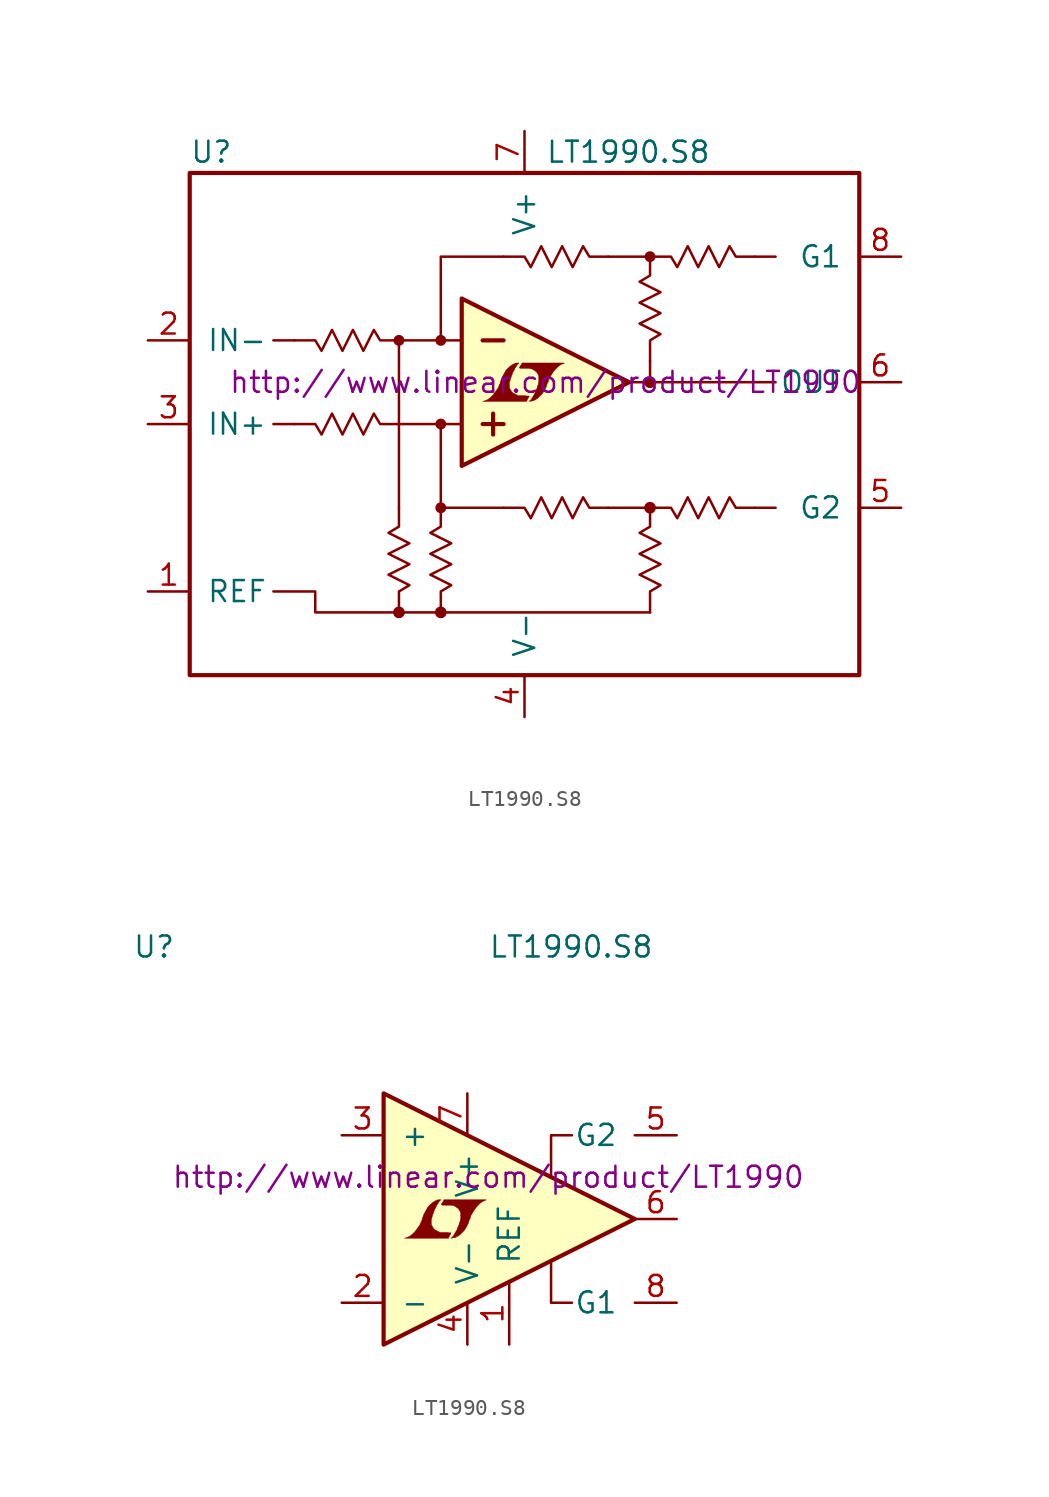
<source format=kicad_sym>
(kicad_symbol_lib
  (version 20201005)
  (generator kicad_symbol_editor)
  (symbol "LT1990.S8"
    (pin_names
      (offset 1.016))
    (property "Reference" "U"
      (at -20.32 16.51 0)
      (effects (font (size 1.27 1.27)) (justify left)))
    (property "Value" "LT1990.S8"
      (at 1.27 16.51 0)
      (effects (font (size 1.27 1.27)) (justify left)))
    (property "Datasheet" "http://www.linear.com/product/LT1990"
      (at 1.27 2.54 0)
      (effects (font (size 1.27 1.27))))
    (symbol "LT1990.S8_0_1"
      (circle (center -7.62 -11.43) (radius 0.279) (stroke (width 0)) (fill (type outline)))
      (circle (center -7.62 5.08) (radius 0.254) (stroke (width 0)) (fill (type outline)))
      (circle (center -5.08 -11.43) (radius 0.279) (stroke (width 0)) (fill (type outline)))
      (circle (center -5.08 -5.08) (radius 0.254) (stroke (width 0)) (fill (type outline)))
      (circle (center -5.08 0) (radius 0.254) (stroke (width 0)) (fill (type outline)))
      (circle (center -5.08 5.08) (radius 0.254) (stroke (width 0)) (fill (type outline)))
      (circle (center 7.62 -5.08) (radius 0.279) (stroke (width 0)) (fill (type outline)))
      (circle (center 7.62 2.54) (radius 0.279) (stroke (width 0)) (fill (type outline)))
      (circle (center 7.62 10.16) (radius 0.254) (stroke (width 0)) (fill (type outline)))
      (rectangle (start -20.32 15.24) (end 20.32 -15.24) (stroke (width 0.254)) (fill (type none)))
      (polyline (pts (xy -13.97 0) (xy -15.24 0)) (stroke (width 0)) (fill (type none)))
      (polyline (pts (xy -13.97 5.08) (xy -15.24 5.08)) (stroke (width 0)) (fill (type none)))
      (polyline (pts (xy -7.62 -5.08) (xy -7.62 5.08)) (stroke (width 0)) (fill (type none)))
      (polyline (pts (xy -7.62 0) (xy -3.81 0)) (stroke (width 0)) (fill (type none)))
      (polyline (pts (xy -7.62 5.08) (xy -3.81 5.08)) (stroke (width 0)) (fill (type none)))
      (polyline (pts (xy -5.08 -5.08) (xy -5.08 0)) (stroke (width 0)) (fill (type none)))
      (polyline (pts (xy -2.54 0) (xy -1.27 0)) (stroke (width 0.254)) (fill (type none)))
      (polyline (pts (xy -2.54 5.08) (xy -1.27 5.08)) (stroke (width 0.254)) (fill (type none)))
      (polyline (pts (xy -1.905 0.635) (xy -1.905 -0.635)) (stroke (width 0.254)) (fill (type none)))
      (polyline (pts (xy -1.27 -5.08) (xy -5.08 -5.08)) (stroke (width 0)) (fill (type none)))
      (polyline (pts (xy 5.08 -5.08) (xy 7.62 -5.08)) (stroke (width 0)) (fill (type none)))
      (polyline (pts (xy 5.08 10.16) (xy 7.62 10.16)) (stroke (width 0)) (fill (type none)))
      (polyline (pts (xy 6.35 2.54) (xy 15.24 2.54)) (stroke (width 0)) (fill (type none)))
      (polyline (pts (xy 7.62 3.81) (xy 7.62 2.54)) (stroke (width 0)) (fill (type none)))
      (polyline (pts (xy 13.97 -5.08) (xy 15.24 -5.08)) (stroke (width 0)) (fill (type none)))
      (polyline (pts (xy 13.97 10.16) (xy 15.24 10.16)) (stroke (width 0)) (fill (type none)))
      (polyline (pts (xy -1.27 10.16) (xy -5.08 10.16) (xy -5.08 5.08)) (stroke (width 0)) (fill (type none)))
      (polyline (pts (xy -3.81 -2.54) (xy -3.81 7.62) (xy 6.35 2.54) (xy -3.81 -2.54)) (stroke (width 0.254)) (fill (type background)))
      (polyline (pts (xy 7.62 -11.43) (xy -12.7 -11.43) (xy -12.7 -10.16) (xy -15.24 -10.16)) (stroke (width 0)) (fill (type none)))
      (polyline (pts (xy -13.97 0) (xy -12.7 0) (xy -12.319 -0.635) (xy -11.684 0.635) (xy -11.049 -0.635) (xy -10.414 0.635) (xy -9.779 -0.635) (xy -9.144 0.635) (xy -8.763 0) (xy -7.62 0)) (stroke (width 0)) (fill (type none)))
      (polyline (pts (xy -13.97 5.08) (xy -12.7 5.08) (xy -12.319 4.445) (xy -11.684 5.715) (xy -11.049 4.445) (xy -10.414 5.715) (xy -9.779 4.445) (xy -9.144 5.715) (xy -8.763 5.08) (xy -7.62 5.08)) (stroke (width 0)) (fill (type none)))
      (polyline (pts (xy -1.27 -5.08) (xy 0 -5.08) (xy 0.381 -5.715) (xy 1.016 -4.445) (xy 1.651 -5.715) (xy 2.286 -4.445) (xy 2.921 -5.715) (xy 3.556 -4.445) (xy 3.937 -5.08) (xy 5.08 -5.08)) (stroke (width 0)) (fill (type none)))
      (polyline (pts (xy -1.27 10.16) (xy 0 10.16) (xy 0.381 9.525) (xy 1.016 10.795) (xy 1.651 9.525) (xy 2.286 10.795) (xy 2.921 9.525) (xy 3.556 10.795) (xy 3.937 10.16) (xy 5.08 10.16)) (stroke (width 0)) (fill (type none)))
      (polyline (pts (xy 7.62 -5.08) (xy 8.89 -5.08) (xy 9.271 -5.715) (xy 9.906 -4.445) (xy 10.541 -5.715) (xy 11.176 -4.445) (xy 11.811 -5.715) (xy 12.446 -4.445) (xy 12.827 -5.08) (xy 13.97 -5.08)) (stroke (width 0)) (fill (type none)))
      (polyline (pts (xy 7.62 10.16) (xy 8.89 10.16) (xy 9.271 9.525) (xy 9.906 10.795) (xy 10.541 9.525) (xy 11.176 10.795) (xy 11.811 9.525) (xy 12.446 10.795) (xy 12.827 10.16) (xy 13.97 10.16)) (stroke (width 0)) (fill (type none)))
      (polyline (pts (xy 0.203 1.549) (xy 0.229 1.575) (xy 0.279 1.676) (xy 0.279 1.702) (xy 0.152 1.702) (xy 0.051 1.727) (xy -0.406 1.727) (xy -0.432 1.753) (xy -0.686 1.88) (xy -0.787 1.981) (xy -0.864 2.108) (xy -0.914 2.21) (xy -0.914 2.515) (xy -0.864 2.667) (xy -0.838 2.769) (xy -0.813 2.845) (xy -0.762 2.972) (xy -0.711 3.124) (xy -0.635 3.251) (xy -0.584 3.378) (xy -0.508 3.48) (xy -0.457 3.581) (xy -0.33 3.708) (xy -0.508 3.708) (xy -0.635 3.658) (xy -0.737 3.607) (xy -0.813 3.556) (xy -0.94 3.454) (xy -1.118 3.277) (xy -1.372 2.819) (xy -1.473 2.54) (xy -1.473 2.489) (xy -1.524 2.388) (xy -1.575 2.261) (xy -1.626 2.159) (xy -1.753 1.981) (xy -1.905 1.778) (xy -2.057 1.626) (xy -2.21 1.499) (xy -2.388 1.422) (xy -2.54 1.372) (xy 0.127 1.372) (xy 0.203 1.549)) (stroke (width 0.025)) (fill (type outline)))
      (polyline (pts (xy 0.406 1.397) (xy 0.483 1.397) (xy 0.66 1.473) (xy 0.813 1.575) (xy 1.092 1.854) (xy 1.219 2.057) (xy 1.321 2.261) (xy 1.397 2.515) (xy 1.422 2.515) (xy 1.499 2.769) (xy 1.753 3.175) (xy 1.905 3.353) (xy 2.057 3.505) (xy 2.21 3.607) (xy 2.388 3.683) (xy 2.413 3.683) (xy 2.413 3.708) (xy -0.152 3.708) (xy -0.229 3.556) (xy -0.254 3.531) (xy -0.305 3.429) (xy -0.33 3.404) (xy -0.279 3.404) (xy -0.229 3.378) (xy 0.305 3.378) (xy 0.356 3.353) (xy 0.406 3.353) (xy 0.483 3.327) (xy 0.61 3.251) (xy 0.737 3.15) (xy 0.813 3.023) (xy 0.838 2.972) (xy 0.864 2.946) (xy 0.864 2.54) (xy 0.838 2.489) (xy 0.838 2.413) (xy 0.787 2.311) (xy 0.762 2.184) (xy 0.686 2.032) (xy 0.635 1.88) (xy 0.483 1.626) (xy 0.432 1.524) (xy 0.279 1.372) (xy 0.406 1.397)) (stroke (width 0.025)) (fill (type outline))))
    (symbol "LT1990.S8_0_2"
      (polyline (pts (xy -5.08 7.62) (xy -5.08 -7.62) (xy 10.16 0) (xy -5.08 7.62)) (stroke (width 0.254)) (fill (type background)))
      (polyline (pts (xy -1.067 -0.991) (xy -1.041 -0.965) (xy -0.991 -0.864) (xy -0.991 -0.838) (xy -1.118 -0.838) (xy -1.219 -0.813) (xy -1.676 -0.813) (xy -1.702 -0.787) (xy -1.956 -0.66) (xy -2.057 -0.559) (xy -2.134 -0.432) (xy -2.184 -0.33) (xy -2.184 -0.025) (xy -2.134 0.127) (xy -2.108 0.229) (xy -2.083 0.305) (xy -2.032 0.432) (xy -1.981 0.584) (xy -1.905 0.711) (xy -1.854 0.838) (xy -1.778 0.94) (xy -1.727 1.041) (xy -1.6 1.168) (xy -1.778 1.168) (xy -1.905 1.118) (xy -2.007 1.067) (xy -2.083 1.016) (xy -2.21 0.914) (xy -2.388 0.737) (xy -2.642 0.279) (xy -2.743 0) (xy -2.743 -0.051) (xy -2.794 -0.152) (xy -2.845 -0.279) (xy -2.896 -0.381) (xy -3.023 -0.559) (xy -3.175 -0.762) (xy -3.327 -0.914) (xy -3.48 -1.041) (xy -3.658 -1.118) (xy -3.81 -1.168) (xy -1.143 -1.168) (xy -1.067 -0.991)) (stroke (width 0.025)) (fill (type outline)))
      (polyline (pts (xy -0.864 -1.143) (xy -0.787 -1.143) (xy -0.61 -1.067) (xy -0.457 -0.965) (xy -0.178 -0.686) (xy -0.051 -0.483) (xy 0.051 -0.279) (xy 0.127 -0.025) (xy 0.152 -0.025) (xy 0.229 0.229) (xy 0.483 0.635) (xy 0.635 0.813) (xy 0.787 0.965) (xy 0.94 1.067) (xy 1.118 1.143) (xy 1.143 1.143) (xy 1.143 1.168) (xy -1.422 1.168) (xy -1.499 1.016) (xy -1.524 0.991) (xy -1.575 0.889) (xy -1.6 0.864) (xy -1.549 0.864) (xy -1.499 0.838) (xy -0.965 0.838) (xy -0.914 0.813) (xy -0.864 0.813) (xy -0.787 0.787) (xy -0.66 0.711) (xy -0.533 0.61) (xy -0.457 0.483) (xy -0.432 0.432) (xy -0.406 0.406) (xy -0.406 0) (xy -0.432 -0.051) (xy -0.432 -0.127) (xy -0.483 -0.229) (xy -0.508 -0.356) (xy -0.584 -0.508) (xy -0.635 -0.66) (xy -0.787 -0.914) (xy -0.838 -1.016) (xy -0.991 -1.168) (xy -0.864 -1.143)) (stroke (width 0.025)) (fill (type outline))))
    (symbol "LT1990.S8_1_1"
      (polyline (pts (xy -7.62 -11.43) (xy -7.62 -10.16) (xy -6.985 -9.779) (xy -8.255 -9.144) (xy -6.985 -8.509) (xy -8.255 -7.874) (xy -6.985 -7.239) (xy -8.255 -6.604) (xy -7.62 -6.223) (xy -7.62 -5.08)) (stroke (width 0)) (fill (type none)))
      (polyline (pts (xy -5.08 -11.43) (xy -5.08 -10.16) (xy -4.445 -9.779) (xy -5.715 -9.144) (xy -4.445 -8.509) (xy -5.715 -7.874) (xy -4.445 -7.239) (xy -5.715 -6.604) (xy -5.08 -6.223) (xy -5.08 -5.08)) (stroke (width 0)) (fill (type none)))
      (polyline (pts (xy 7.62 -11.43) (xy 7.62 -10.16) (xy 8.255 -9.779) (xy 6.985 -9.144) (xy 8.255 -8.509) (xy 6.985 -7.874) (xy 8.255 -7.239) (xy 6.985 -6.604) (xy 7.62 -6.223) (xy 7.62 -5.08)) (stroke (width 0)) (fill (type none)))
      (polyline (pts (xy 7.62 3.81) (xy 7.62 5.08) (xy 8.255 5.461) (xy 6.985 6.096) (xy 8.255 6.731) (xy 6.985 7.366) (xy 8.255 8.001) (xy 6.985 8.636) (xy 7.62 9.017) (xy 7.62 10.16)) (stroke (width 0)) (fill (type none)))
      (pin input line (at -22.86 -10.16 0) (length 2.54) (name "REF" (effects (font (size 1.27 1.27)))) (number "1" (effects (font (size 1.27 1.27)))))
      (pin input line (at -22.86 5.08 0) (length 2.54) (name "IN-" (effects (font (size 1.27 1.27)))) (number "2" (effects (font (size 1.27 1.27)))))
      (pin input line (at -22.86 0 0) (length 2.54) (name "IN+" (effects (font (size 1.27 1.27)))) (number "3" (effects (font (size 1.27 1.27)))))
      (pin power_in line (at 0 -17.78 90) (length 2.54) (name "V-" (effects (font (size 1.27 1.27)))) (number "4" (effects (font (size 1.27 1.27)))))
      (pin passive line (at 22.86 -5.08 180) (length 2.54) (name "G2" (effects (font (size 1.27 1.27)))) (number "5" (effects (font (size 1.27 1.27)))))
      (pin output line (at 22.86 2.54 180) (length 2.54) (name "OUT" (effects (font (size 1.27 1.27)))) (number "6" (effects (font (size 1.27 1.27)))))
      (pin power_in line (at 0 17.78 270) (length 2.54) (name "V+" (effects (font (size 1.27 1.27)))) (number "7" (effects (font (size 1.27 1.27)))))
      (pin passive line (at 22.86 10.16 180) (length 2.54) (name "G1" (effects (font (size 1.27 1.27)))) (number "8" (effects (font (size 1.27 1.27))))))
    (symbol "LT1990.S8_1_2"
      (polyline (pts (xy 6.35 -5.08) (xy 5.08 -5.08) (xy 5.08 -2.54)) (stroke (width 0)) (fill (type none)))
      (polyline (pts (xy 6.35 5.08) (xy 5.08 5.08) (xy 5.08 2.54)) (stroke (width 0)) (fill (type none)))
      (pin input line (at 2.54 -7.62 90) (length 3.81) (name "REF" (effects (font (size 1.27 1.27)))) (number "1" (effects (font (size 1.27 1.27)))))
      (pin input line (at -7.62 -5.08 0) (length 2.54) (name "-" (effects (font (size 1.27 1.27)))) (number "2" (effects (font (size 1.27 1.27)))))
      (pin input line (at -7.62 5.08 0) (length 2.54) (name "+" (effects (font (size 1.27 1.27)))) (number "3" (effects (font (size 1.27 1.27)))))
      (pin power_in line (at 0 -7.62 90) (length 2.54) (name "V-" (effects (font (size 1.27 1.27)))) (number "4" (effects (font (size 1.27 1.27)))))
      (pin passive line (at 12.7 5.08 180) (length 2.54) (name "G2" (effects (font (size 1.27 1.27)))) (number "5" (effects (font (size 1.27 1.27)))))
      (pin output line (at 12.7 0 180) (length 2.54) (name "~" (effects (font (size 1.27 1.27)))) (number "6" (effects (font (size 1.27 1.27)))))
      (pin power_in line (at 0 7.62 270) (length 2.54) (name "V+" (effects (font (size 1.27 1.27)))) (number "7" (effects (font (size 1.27 1.27)))))
      (pin passive line (at 12.7 -5.08 180) (length 2.54) (name "G1" (effects (font (size 1.27 1.27)))) (number "8" (effects (font (size 1.27 1.27))))))))
</source>
